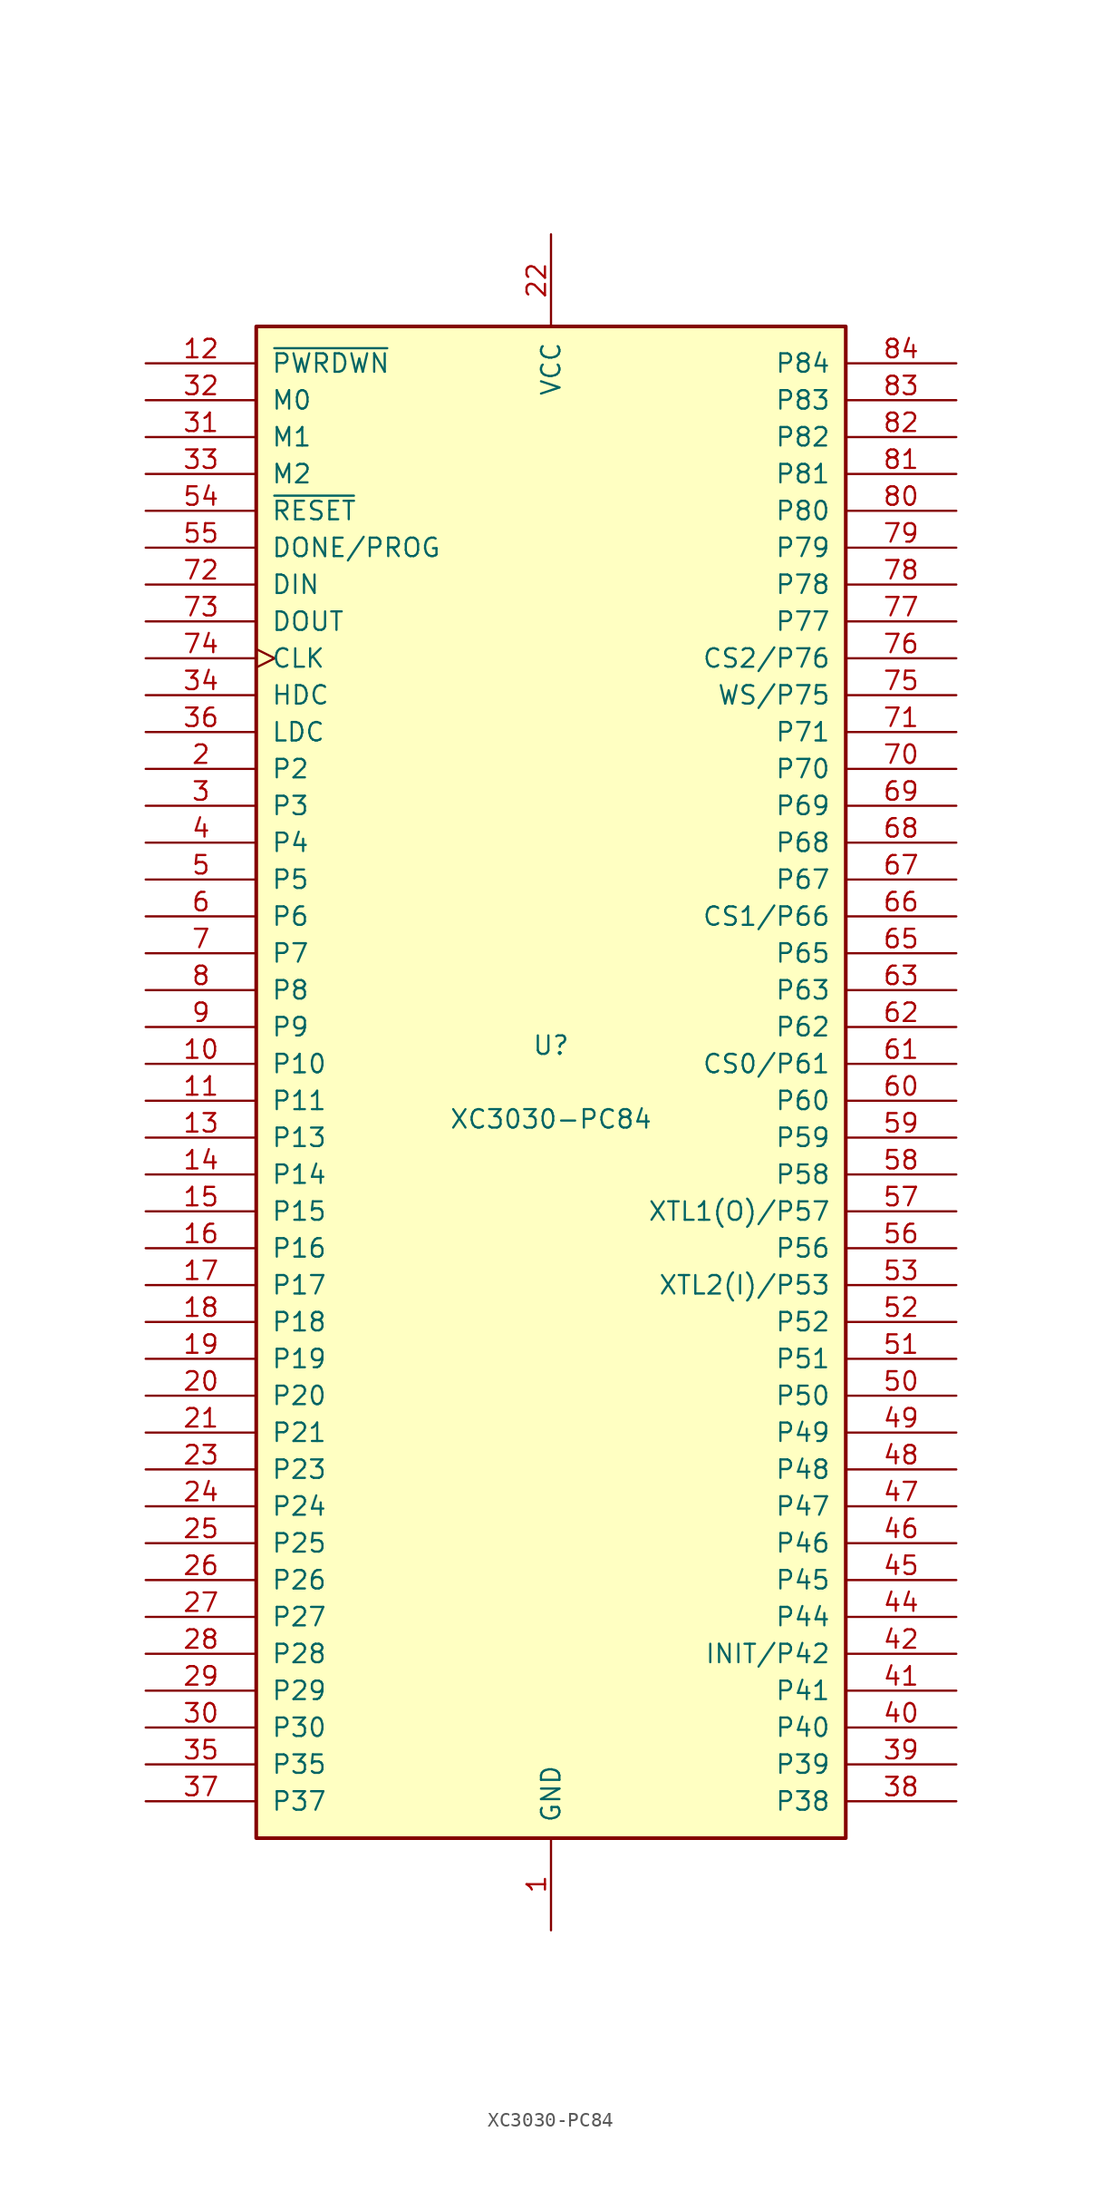
<source format=kicad_sym>
(kicad_symbol_lib
  (version 20231120)
  (generator "kicad_symbol_editor")
  (generator_version "8.0")
  (symbol "XC3030-PC84"
    (pin_names
      (offset 1.016))
    (property "Reference" "U"
      (at 0 2.54 0)
      (effects (font (size 1.27 1.27))))
    (property "Value" "XC3030-PC84"
      (at 0 -2.54 0)
      (effects (font (size 1.27 1.27))))
    (symbol "XC3030-PC84_0_1"
      (rectangle (start -20.32 -52.07) (end 20.32 52.07) (stroke (width 0.254) (type default)) (fill (type background))))
    (symbol "XC3030-PC84_1_1"
      (pin power_in line (at 0 -58.42 90) (length 6.35) (name "GND" (effects (font (size 1.27 1.27)))) (number "1" (effects (font (size 1.27 1.27)))))
      (pin passive line (at -27.94 1.27 0) (length 7.62) (name "P10" (effects (font (size 1.27 1.27)))) (number "10" (effects (font (size 1.27 1.27)))))
      (pin passive line (at -27.94 -1.27 0) (length 7.62) (name "P11" (effects (font (size 1.27 1.27)))) (number "11" (effects (font (size 1.27 1.27)))))
      (pin input line (at -27.94 49.53 0) (length 7.62) (name "~{PWRDWN}" (effects (font (size 1.27 1.27)))) (number "12" (effects (font (size 1.27 1.27)))))
      (pin passive line (at -27.94 -3.81 0) (length 7.62) (name "P13" (effects (font (size 1.27 1.27)))) (number "13" (effects (font (size 1.27 1.27)))))
      (pin passive line (at -27.94 -6.35 0) (length 7.62) (name "P14" (effects (font (size 1.27 1.27)))) (number "14" (effects (font (size 1.27 1.27)))))
      (pin passive line (at -27.94 -8.89 0) (length 7.62) (name "P15" (effects (font (size 1.27 1.27)))) (number "15" (effects (font (size 1.27 1.27)))))
      (pin passive line (at -27.94 -11.43 0) (length 7.62) (name "P16" (effects (font (size 1.27 1.27)))) (number "16" (effects (font (size 1.27 1.27)))))
      (pin passive line (at -27.94 -13.97 0) (length 7.62) (name "P17" (effects (font (size 1.27 1.27)))) (number "17" (effects (font (size 1.27 1.27)))))
      (pin passive line (at -27.94 -16.51 0) (length 7.62) (name "P18" (effects (font (size 1.27 1.27)))) (number "18" (effects (font (size 1.27 1.27)))))
      (pin passive line (at -27.94 -19.05 0) (length 7.62) (name "P19" (effects (font (size 1.27 1.27)))) (number "19" (effects (font (size 1.27 1.27)))))
      (pin passive line (at -27.94 21.59 0) (length 7.62) (name "P2" (effects (font (size 1.27 1.27)))) (number "2" (effects (font (size 1.27 1.27)))))
      (pin passive line (at -27.94 -21.59 0) (length 7.62) (name "P20" (effects (font (size 1.27 1.27)))) (number "20" (effects (font (size 1.27 1.27)))))
      (pin passive line (at -27.94 -24.13 0) (length 7.62) (name "P21" (effects (font (size 1.27 1.27)))) (number "21" (effects (font (size 1.27 1.27)))))
      (pin power_in line (at 0 58.42 270) (length 6.35) (name "VCC" (effects (font (size 1.27 1.27)))) (number "22" (effects (font (size 1.27 1.27)))))
      (pin passive line (at -27.94 -26.67 0) (length 7.62) (name "P23" (effects (font (size 1.27 1.27)))) (number "23" (effects (font (size 1.27 1.27)))))
      (pin passive line (at -27.94 -29.21 0) (length 7.62) (name "P24" (effects (font (size 1.27 1.27)))) (number "24" (effects (font (size 1.27 1.27)))))
      (pin passive line (at -27.94 -31.75 0) (length 7.62) (name "P25" (effects (font (size 1.27 1.27)))) (number "25" (effects (font (size 1.27 1.27)))))
      (pin passive line (at -27.94 -34.29 0) (length 7.62) (name "P26" (effects (font (size 1.27 1.27)))) (number "26" (effects (font (size 1.27 1.27)))))
      (pin passive line (at -27.94 -36.83 0) (length 7.62) (name "P27" (effects (font (size 1.27 1.27)))) (number "27" (effects (font (size 1.27 1.27)))))
      (pin passive line (at -27.94 -39.37 0) (length 7.62) (name "P28" (effects (font (size 1.27 1.27)))) (number "28" (effects (font (size 1.27 1.27)))))
      (pin passive line (at -27.94 -41.91 0) (length 7.62) (name "P29" (effects (font (size 1.27 1.27)))) (number "29" (effects (font (size 1.27 1.27)))))
      (pin passive line (at -27.94 19.05 0) (length 7.62) (name "P3" (effects (font (size 1.27 1.27)))) (number "3" (effects (font (size 1.27 1.27)))))
      (pin passive line (at -27.94 -44.45 0) (length 7.62) (name "P30" (effects (font (size 1.27 1.27)))) (number "30" (effects (font (size 1.27 1.27)))))
      (pin input line (at -27.94 44.45 0) (length 7.62) (name "M1" (effects (font (size 1.27 1.27)))) (number "31" (effects (font (size 1.27 1.27)))))
      (pin input line (at -27.94 46.99 0) (length 7.62) (name "M0" (effects (font (size 1.27 1.27)))) (number "32" (effects (font (size 1.27 1.27)))))
      (pin bidirectional line (at -27.94 41.91 0) (length 7.62) (name "M2" (effects (font (size 1.27 1.27)))) (number "33" (effects (font (size 1.27 1.27)))))
      (pin passive line (at -27.94 26.67 0) (length 7.62) (name "HDC" (effects (font (size 1.27 1.27)))) (number "34" (effects (font (size 1.27 1.27)))))
      (pin passive line (at -27.94 -46.99 0) (length 7.62) (name "P35" (effects (font (size 1.27 1.27)))) (number "35" (effects (font (size 1.27 1.27)))))
      (pin passive line (at -27.94 24.13 0) (length 7.62) (name "LDC" (effects (font (size 1.27 1.27)))) (number "36" (effects (font (size 1.27 1.27)))))
      (pin passive line (at -27.94 -49.53 0) (length 7.62) (name "P37" (effects (font (size 1.27 1.27)))) (number "37" (effects (font (size 1.27 1.27)))))
      (pin passive line (at 27.94 -49.53 180) (length 7.62) (name "P38" (effects (font (size 1.27 1.27)))) (number "38" (effects (font (size 1.27 1.27)))))
      (pin passive line (at 27.94 -46.99 180) (length 7.62) (name "P39" (effects (font (size 1.27 1.27)))) (number "39" (effects (font (size 1.27 1.27)))))
      (pin passive line (at -27.94 16.51 0) (length 7.62) (name "P4" (effects (font (size 1.27 1.27)))) (number "4" (effects (font (size 1.27 1.27)))))
      (pin passive line (at 27.94 -44.45 180) (length 7.62) (name "P40" (effects (font (size 1.27 1.27)))) (number "40" (effects (font (size 1.27 1.27)))))
      (pin passive line (at 27.94 -41.91 180) (length 7.62) (name "P41" (effects (font (size 1.27 1.27)))) (number "41" (effects (font (size 1.27 1.27)))))
      (pin passive line (at 27.94 -39.37 180) (length 7.62) (name "INIT/P42" (effects (font (size 1.27 1.27)))) (number "42" (effects (font (size 1.27 1.27)))))
      (pin passive line (at 0 -58.42 90) (length 6.35) hide (name "GND" (effects (font (size 1.27 1.27)))) (number "43" (effects (font (size 1.27 1.27)))))
      (pin passive line (at 27.94 -36.83 180) (length 7.62) (name "P44" (effects (font (size 1.27 1.27)))) (number "44" (effects (font (size 1.27 1.27)))))
      (pin passive line (at 27.94 -34.29 180) (length 7.62) (name "P45" (effects (font (size 1.27 1.27)))) (number "45" (effects (font (size 1.27 1.27)))))
      (pin passive line (at 27.94 -31.75 180) (length 7.62) (name "P46" (effects (font (size 1.27 1.27)))) (number "46" (effects (font (size 1.27 1.27)))))
      (pin passive line (at 27.94 -29.21 180) (length 7.62) (name "P47" (effects (font (size 1.27 1.27)))) (number "47" (effects (font (size 1.27 1.27)))))
      (pin passive line (at 27.94 -26.67 180) (length 7.62) (name "P48" (effects (font (size 1.27 1.27)))) (number "48" (effects (font (size 1.27 1.27)))))
      (pin passive line (at 27.94 -24.13 180) (length 7.62) (name "P49" (effects (font (size 1.27 1.27)))) (number "49" (effects (font (size 1.27 1.27)))))
      (pin passive line (at -27.94 13.97 0) (length 7.62) (name "P5" (effects (font (size 1.27 1.27)))) (number "5" (effects (font (size 1.27 1.27)))))
      (pin passive line (at 27.94 -21.59 180) (length 7.62) (name "P50" (effects (font (size 1.27 1.27)))) (number "50" (effects (font (size 1.27 1.27)))))
      (pin passive line (at 27.94 -19.05 180) (length 7.62) (name "P51" (effects (font (size 1.27 1.27)))) (number "51" (effects (font (size 1.27 1.27)))))
      (pin passive line (at 27.94 -16.51 180) (length 7.62) (name "P52" (effects (font (size 1.27 1.27)))) (number "52" (effects (font (size 1.27 1.27)))))
      (pin passive line (at 27.94 -13.97 180) (length 7.62) (name "XTL2(I)/P53" (effects (font (size 1.27 1.27)))) (number "53" (effects (font (size 1.27 1.27)))))
      (pin input line (at -27.94 39.37 0) (length 7.62) (name "~{RESET}" (effects (font (size 1.27 1.27)))) (number "54" (effects (font (size 1.27 1.27)))))
      (pin bidirectional line (at -27.94 36.83 0) (length 7.62) (name "DONE/PROG" (effects (font (size 1.27 1.27)))) (number "55" (effects (font (size 1.27 1.27)))))
      (pin passive line (at 27.94 -11.43 180) (length 7.62) (name "P56" (effects (font (size 1.27 1.27)))) (number "56" (effects (font (size 1.27 1.27)))))
      (pin passive line (at 27.94 -8.89 180) (length 7.62) (name "XTL1(O)/P57" (effects (font (size 1.27 1.27)))) (number "57" (effects (font (size 1.27 1.27)))))
      (pin passive line (at 27.94 -6.35 180) (length 7.62) (name "P58" (effects (font (size 1.27 1.27)))) (number "58" (effects (font (size 1.27 1.27)))))
      (pin passive line (at 27.94 -3.81 180) (length 7.62) (name "P59" (effects (font (size 1.27 1.27)))) (number "59" (effects (font (size 1.27 1.27)))))
      (pin passive line (at -27.94 11.43 0) (length 7.62) (name "P6" (effects (font (size 1.27 1.27)))) (number "6" (effects (font (size 1.27 1.27)))))
      (pin passive line (at 27.94 -1.27 180) (length 7.62) (name "P60" (effects (font (size 1.27 1.27)))) (number "60" (effects (font (size 1.27 1.27)))))
      (pin passive line (at 27.94 1.27 180) (length 7.62) (name "CS0/P61" (effects (font (size 1.27 1.27)))) (number "61" (effects (font (size 1.27 1.27)))))
      (pin passive line (at 27.94 3.81 180) (length 7.62) (name "P62" (effects (font (size 1.27 1.27)))) (number "62" (effects (font (size 1.27 1.27)))))
      (pin passive line (at 27.94 6.35 180) (length 7.62) (name "P63" (effects (font (size 1.27 1.27)))) (number "63" (effects (font (size 1.27 1.27)))))
      (pin passive line (at 0 58.42 270) (length 6.35) hide (name "VCC" (effects (font (size 1.27 1.27)))) (number "64" (effects (font (size 1.27 1.27)))))
      (pin passive line (at 27.94 8.89 180) (length 7.62) (name "P65" (effects (font (size 1.27 1.27)))) (number "65" (effects (font (size 1.27 1.27)))))
      (pin passive line (at 27.94 11.43 180) (length 7.62) (name "CS1/P66" (effects (font (size 1.27 1.27)))) (number "66" (effects (font (size 1.27 1.27)))))
      (pin passive line (at 27.94 13.97 180) (length 7.62) (name "P67" (effects (font (size 1.27 1.27)))) (number "67" (effects (font (size 1.27 1.27)))))
      (pin passive line (at 27.94 16.51 180) (length 7.62) (name "P68" (effects (font (size 1.27 1.27)))) (number "68" (effects (font (size 1.27 1.27)))))
      (pin passive line (at 27.94 19.05 180) (length 7.62) (name "P69" (effects (font (size 1.27 1.27)))) (number "69" (effects (font (size 1.27 1.27)))))
      (pin passive line (at -27.94 8.89 0) (length 7.62) (name "P7" (effects (font (size 1.27 1.27)))) (number "7" (effects (font (size 1.27 1.27)))))
      (pin passive line (at 27.94 21.59 180) (length 7.62) (name "P70" (effects (font (size 1.27 1.27)))) (number "70" (effects (font (size 1.27 1.27)))))
      (pin passive line (at 27.94 24.13 180) (length 7.62) (name "P71" (effects (font (size 1.27 1.27)))) (number "71" (effects (font (size 1.27 1.27)))))
      (pin input line (at -27.94 34.29 0) (length 7.62) (name "DIN" (effects (font (size 1.27 1.27)))) (number "72" (effects (font (size 1.27 1.27)))))
      (pin passive line (at -27.94 31.75 0) (length 7.62) (name "DOUT" (effects (font (size 1.27 1.27)))) (number "73" (effects (font (size 1.27 1.27)))))
      (pin bidirectional clock (at -27.94 29.21 0) (length 7.62) (name "CLK" (effects (font (size 1.27 1.27)))) (number "74" (effects (font (size 1.27 1.27)))))
      (pin passive line (at 27.94 26.67 180) (length 7.62) (name "WS/P75" (effects (font (size 1.27 1.27)))) (number "75" (effects (font (size 1.27 1.27)))))
      (pin passive line (at 27.94 29.21 180) (length 7.62) (name "CS2/P76" (effects (font (size 1.27 1.27)))) (number "76" (effects (font (size 1.27 1.27)))))
      (pin passive line (at 27.94 31.75 180) (length 7.62) (name "P77" (effects (font (size 1.27 1.27)))) (number "77" (effects (font (size 1.27 1.27)))))
      (pin passive line (at 27.94 34.29 180) (length 7.62) (name "P78" (effects (font (size 1.27 1.27)))) (number "78" (effects (font (size 1.27 1.27)))))
      (pin passive line (at 27.94 36.83 180) (length 7.62) (name "P79" (effects (font (size 1.27 1.27)))) (number "79" (effects (font (size 1.27 1.27)))))
      (pin passive line (at -27.94 6.35 0) (length 7.62) (name "P8" (effects (font (size 1.27 1.27)))) (number "8" (effects (font (size 1.27 1.27)))))
      (pin passive line (at 27.94 39.37 180) (length 7.62) (name "P80" (effects (font (size 1.27 1.27)))) (number "80" (effects (font (size 1.27 1.27)))))
      (pin passive line (at 27.94 41.91 180) (length 7.62) (name "P81" (effects (font (size 1.27 1.27)))) (number "81" (effects (font (size 1.27 1.27)))))
      (pin passive line (at 27.94 44.45 180) (length 7.62) (name "P82" (effects (font (size 1.27 1.27)))) (number "82" (effects (font (size 1.27 1.27)))))
      (pin passive line (at 27.94 46.99 180) (length 7.62) (name "P83" (effects (font (size 1.27 1.27)))) (number "83" (effects (font (size 1.27 1.27)))))
      (pin passive line (at 27.94 49.53 180) (length 7.62) (name "P84" (effects (font (size 1.27 1.27)))) (number "84" (effects (font (size 1.27 1.27)))))
      (pin passive line (at -27.94 3.81 0) (length 7.62) (name "P9" (effects (font (size 1.27 1.27)))) (number "9" (effects (font (size 1.27 1.27))))))))
</source>
